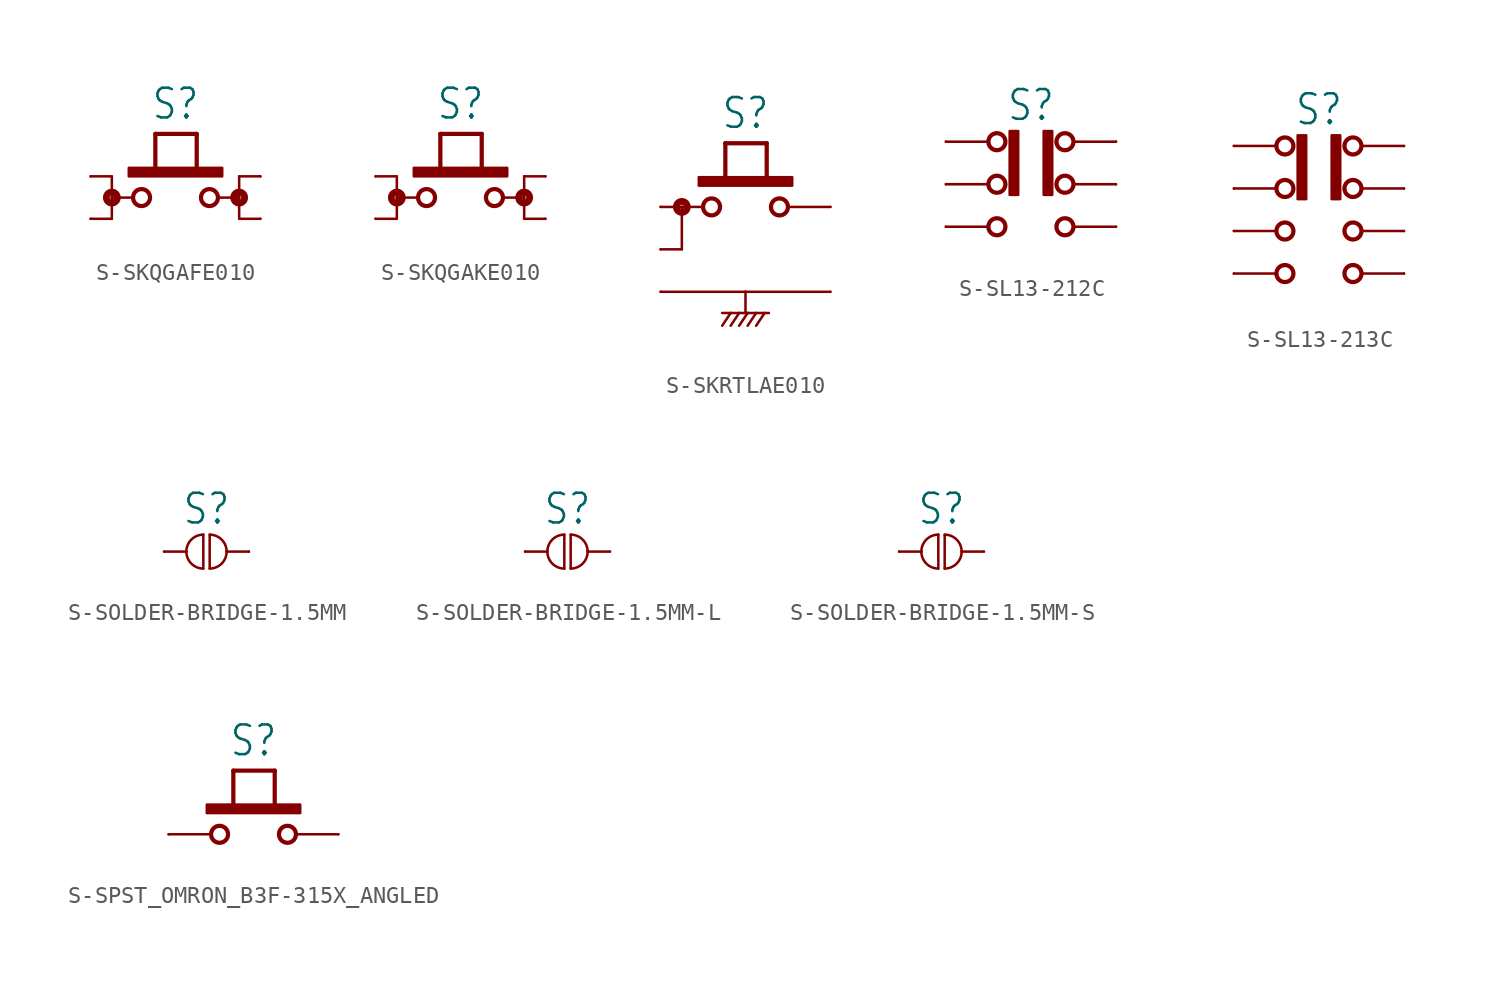
<source format=kicad_sym>
(kicad_symbol_lib
  (version 20231120)
  (generator "kicad_symbol_editor")
  (generator_version "8.0")
  (symbol "S-SKQGAFE010"
    (property "Reference" "S"
      (at 0 3.302 0)
      (effects (font (size 1.778 1.511)) (justify bottom)))
    (property "Value" ""
      (at 0 -3.302 0)
      (effects (font (size 1.778 1.511)) (justify top)))
    (property "ki_locked" ""
      (at 0 0 0)
      (effects (font (size 1.27 1.27))))
    (symbol "S-SKQGAFE010_1_0"
      (circle (center -3.81 -1.27) (radius 0.127) (stroke (width 0.406) (type solid)) (fill (type none)))
      (rectangle (start -2.794 0) (end 2.794 0.508) (stroke (width 0) (type default)) (fill (type outline)))
      (circle (center -2.032 -1.27) (radius 0.508) (stroke (width 0.254) (type solid)) (fill (type none)))
      (polyline (pts (xy -5.08 -2.54) (xy -3.81 -2.54)) (stroke (width 0.152) (type solid)) (fill (type none)))
      (polyline (pts (xy -5.08 0) (xy -3.81 0)) (stroke (width 0.152) (type solid)) (fill (type none)))
      (polyline (pts (xy -3.81 -1.27) (xy -3.81 -2.54)) (stroke (width 0.152) (type solid)) (fill (type none)))
      (polyline (pts (xy -3.81 -1.27) (xy -2.54 -1.27)) (stroke (width 0.152) (type solid)) (fill (type none)))
      (polyline (pts (xy -3.81 0) (xy -3.81 -1.27)) (stroke (width 0.152) (type solid)) (fill (type none)))
      (polyline (pts (xy -1.206 0.254) (xy -1.206 2.54)) (stroke (width 0.254) (type solid)) (fill (type none)))
      (polyline (pts (xy -1.206 2.54) (xy 1.27 2.54)) (stroke (width 0.254) (type solid)) (fill (type none)))
      (polyline (pts (xy 1.27 2.54) (xy 1.27 0.254)) (stroke (width 0.254) (type solid)) (fill (type none)))
      (polyline (pts (xy 3.81 -2.54) (xy 5.08 -2.54)) (stroke (width 0.152) (type solid)) (fill (type none)))
      (polyline (pts (xy 3.81 -1.27) (xy 2.54 -1.27)) (stroke (width 0.152) (type solid)) (fill (type none)))
      (polyline (pts (xy 3.81 -1.27) (xy 3.81 -2.54)) (stroke (width 0.152) (type solid)) (fill (type none)))
      (polyline (pts (xy 3.81 0) (xy 3.81 -1.27)) (stroke (width 0.152) (type solid)) (fill (type none)))
      (polyline (pts (xy 3.81 0) (xy 5.08 0)) (stroke (width 0.152) (type solid)) (fill (type none)))
      (circle (center 2.032 -1.27) (radius 0.508) (stroke (width 0.254) (type solid)) (fill (type none)))
      (circle (center 3.81 -1.27) (radius 0.127) (stroke (width 0.406) (type solid)) (fill (type none)))
      (pin passive line (at -5.08 0 0) (length 0) (name "1" (effects (font (size 0 0)))) (number "1" (effects (font (size 0 0)))))
      (pin passive line (at -5.08 -2.54 0) (length 0) (name "2" (effects (font (size 0 0)))) (number "2" (effects (font (size 0 0)))))
      (pin passive line (at 5.08 0 180) (length 0) (name "3" (effects (font (size 0 0)))) (number "3" (effects (font (size 0 0)))))
      (pin passive line (at 5.08 -2.54 180) (length 0) (name "4" (effects (font (size 0 0)))) (number "4" (effects (font (size 0 0)))))))
  (symbol "S-SKQGAKE010"
    (property "Reference" "S"
      (at 0 3.302 0)
      (effects (font (size 1.778 1.511)) (justify bottom)))
    (property "Value" ""
      (at 0 -3.302 0)
      (effects (font (size 1.778 1.511)) (justify top)))
    (property "ki_locked" ""
      (at 0 0 0)
      (effects (font (size 1.27 1.27))))
    (symbol "S-SKQGAKE010_1_0"
      (circle (center -3.81 -1.27) (radius 0.127) (stroke (width 0.406) (type solid)) (fill (type none)))
      (rectangle (start -2.794 0) (end 2.794 0.508) (stroke (width 0) (type default)) (fill (type outline)))
      (circle (center -2.032 -1.27) (radius 0.508) (stroke (width 0.254) (type solid)) (fill (type none)))
      (polyline (pts (xy -5.08 -2.54) (xy -3.81 -2.54)) (stroke (width 0.152) (type solid)) (fill (type none)))
      (polyline (pts (xy -5.08 0) (xy -3.81 0)) (stroke (width 0.152) (type solid)) (fill (type none)))
      (polyline (pts (xy -3.81 -1.27) (xy -3.81 -2.54)) (stroke (width 0.152) (type solid)) (fill (type none)))
      (polyline (pts (xy -3.81 -1.27) (xy -2.54 -1.27)) (stroke (width 0.152) (type solid)) (fill (type none)))
      (polyline (pts (xy -3.81 0) (xy -3.81 -1.27)) (stroke (width 0.152) (type solid)) (fill (type none)))
      (polyline (pts (xy -1.206 0.254) (xy -1.206 2.54)) (stroke (width 0.254) (type solid)) (fill (type none)))
      (polyline (pts (xy -1.206 2.54) (xy 1.27 2.54)) (stroke (width 0.254) (type solid)) (fill (type none)))
      (polyline (pts (xy 1.27 2.54) (xy 1.27 0.254)) (stroke (width 0.254) (type solid)) (fill (type none)))
      (polyline (pts (xy 3.81 -2.54) (xy 5.08 -2.54)) (stroke (width 0.152) (type solid)) (fill (type none)))
      (polyline (pts (xy 3.81 -1.27) (xy 2.54 -1.27)) (stroke (width 0.152) (type solid)) (fill (type none)))
      (polyline (pts (xy 3.81 -1.27) (xy 3.81 -2.54)) (stroke (width 0.152) (type solid)) (fill (type none)))
      (polyline (pts (xy 3.81 0) (xy 3.81 -1.27)) (stroke (width 0.152) (type solid)) (fill (type none)))
      (polyline (pts (xy 3.81 0) (xy 5.08 0)) (stroke (width 0.152) (type solid)) (fill (type none)))
      (circle (center 2.032 -1.27) (radius 0.508) (stroke (width 0.254) (type solid)) (fill (type none)))
      (circle (center 3.81 -1.27) (radius 0.127) (stroke (width 0.406) (type solid)) (fill (type none)))
      (pin passive line (at -5.08 0 0) (length 0) (name "1" (effects (font (size 0 0)))) (number "1" (effects (font (size 0 0)))))
      (pin passive line (at -5.08 -2.54 0) (length 0) (name "2" (effects (font (size 0 0)))) (number "2" (effects (font (size 0 0)))))
      (pin passive line (at 5.08 0 180) (length 0) (name "3" (effects (font (size 0 0)))) (number "3" (effects (font (size 0 0)))))
      (pin passive line (at 5.08 -2.54 180) (length 0) (name "4" (effects (font (size 0 0)))) (number "4" (effects (font (size 0 0)))))))
  (symbol "S-SKRTLAE010"
    (property "Reference" "S"
      (at 0 7.112 0)
      (effects (font (size 1.778 1.511)) (justify bottom)))
    (property "Value" ""
      (at 0 -5.08 0)
      (effects (font (size 1.778 1.511)) (justify top)))
    (property "ki_locked" ""
      (at 0 0 0)
      (effects (font (size 1.27 1.27))))
    (symbol "S-SKRTLAE010_1_0"
      (circle (center -3.81 2.54) (radius 0.127) (stroke (width 0.406) (type solid)) (fill (type none)))
      (rectangle (start -2.794 3.81) (end 2.794 4.318) (stroke (width 0) (type default)) (fill (type outline)))
      (circle (center -2.032 2.54) (radius 0.508) (stroke (width 0.254) (type solid)) (fill (type none)))
      (polyline (pts (xy -5.08 -2.54) (xy 0 -2.54)) (stroke (width 0.152) (type solid)) (fill (type none)))
      (polyline (pts (xy -5.08 0) (xy -3.81 0)) (stroke (width 0.152) (type solid)) (fill (type none)))
      (polyline (pts (xy -5.08 2.54) (xy -3.81 2.54)) (stroke (width 0.152) (type solid)) (fill (type none)))
      (polyline (pts (xy -3.81 2.54) (xy -3.81 0)) (stroke (width 0.152) (type solid)) (fill (type none)))
      (polyline (pts (xy -3.81 2.54) (xy -2.54 2.54)) (stroke (width 0.152) (type solid)) (fill (type none)))
      (polyline (pts (xy -1.397 -3.81) (xy -0.889 -3.81)) (stroke (width 0.152) (type solid)) (fill (type none)))
      (polyline (pts (xy -1.206 4.064) (xy -1.206 6.35)) (stroke (width 0.254) (type solid)) (fill (type none)))
      (polyline (pts (xy -1.206 6.35) (xy 1.27 6.35)) (stroke (width 0.254) (type solid)) (fill (type none)))
      (polyline (pts (xy -0.889 -3.81) (xy -1.397 -4.572)) (stroke (width 0.152) (type solid)) (fill (type none)))
      (polyline (pts (xy -0.889 -3.81) (xy -0.381 -3.81)) (stroke (width 0.152) (type solid)) (fill (type none)))
      (polyline (pts (xy -0.381 -3.81) (xy -0.889 -4.572)) (stroke (width 0.152) (type solid)) (fill (type none)))
      (polyline (pts (xy -0.381 -3.81) (xy 0 -3.81)) (stroke (width 0.152) (type solid)) (fill (type none)))
      (polyline (pts (xy 0 -3.81) (xy 0.127 -3.81)) (stroke (width 0.152) (type solid)) (fill (type none)))
      (polyline (pts (xy 0 -2.54) (xy 0 -3.81)) (stroke (width 0.152) (type solid)) (fill (type none)))
      (polyline (pts (xy 0 -2.54) (xy 5.08 -2.54)) (stroke (width 0.152) (type solid)) (fill (type none)))
      (polyline (pts (xy 0.127 -3.81) (xy -0.381 -4.572)) (stroke (width 0.152) (type solid)) (fill (type none)))
      (polyline (pts (xy 0.127 -3.81) (xy 0.635 -3.81)) (stroke (width 0.152) (type solid)) (fill (type none)))
      (polyline (pts (xy 0.635 -3.81) (xy 0.127 -4.572)) (stroke (width 0.152) (type solid)) (fill (type none)))
      (polyline (pts (xy 0.635 -3.81) (xy 1.143 -3.81)) (stroke (width 0.152) (type solid)) (fill (type none)))
      (polyline (pts (xy 1.143 -3.81) (xy 0.635 -4.572)) (stroke (width 0.152) (type solid)) (fill (type none)))
      (polyline (pts (xy 1.143 -3.81) (xy 1.397 -3.81)) (stroke (width 0.152) (type solid)) (fill (type none)))
      (polyline (pts (xy 1.27 6.35) (xy 1.27 4.064)) (stroke (width 0.254) (type solid)) (fill (type none)))
      (polyline (pts (xy 5.08 2.54) (xy 2.54 2.54)) (stroke (width 0.152) (type solid)) (fill (type none)))
      (circle (center 2.032 2.54) (radius 0.508) (stroke (width 0.254) (type solid)) (fill (type none)))
      (pin passive line (at -5.08 2.54 0) (length 0) (name "1" (effects (font (size 0 0)))) (number "1" (effects (font (size 0 0)))))
      (pin passive line (at 5.08 2.54 180) (length 0) (name "2" (effects (font (size 0 0)))) (number "2" (effects (font (size 0 0)))))
      (pin passive line (at -5.08 0 0) (length 0) (name "3" (effects (font (size 0 0)))) (number "3" (effects (font (size 0 0)))))
      (pin passive line (at -5.08 -2.54 0) (length 0) (name "4" (effects (font (size 0 0)))) (number "4" (effects (font (size 0 0)))))
      (pin passive line (at 5.08 -2.54 180) (length 0) (name "5" (effects (font (size 0 0)))) (number "5" (effects (font (size 0 0)))))))
  (symbol "S-SL13-212C"
    (property "Reference" "S"
      (at 0 3.683 0)
      (effects (font (size 1.778 1.511)) (justify bottom)))
    (property "Value" ""
      (at 0 -3.683 0)
      (effects (font (size 1.778 1.511)) (justify top)))
    (property "ki_locked" ""
      (at 0 0 0)
      (effects (font (size 1.27 1.27))))
    (symbol "S-SL13-212C_1_0"
      (circle (center -2.032 -2.54) (radius 0.508) (stroke (width 0.254) (type solid)) (fill (type none)))
      (circle (center -2.032 0) (radius 0.508) (stroke (width 0.254) (type solid)) (fill (type none)))
      (circle (center -2.032 2.54) (radius 0.508) (stroke (width 0.254) (type solid)) (fill (type none)))
      (rectangle (start -1.27 -0.635) (end -0.762 3.175) (stroke (width 0) (type default)) (fill (type outline)))
      (polyline (pts (xy -5.08 -2.54) (xy -2.54 -2.54)) (stroke (width 0.152) (type solid)) (fill (type none)))
      (polyline (pts (xy -5.08 0) (xy -2.54 0)) (stroke (width 0.152) (type solid)) (fill (type none)))
      (polyline (pts (xy -5.08 2.54) (xy -2.54 2.54)) (stroke (width 0.152) (type solid)) (fill (type none)))
      (polyline (pts (xy 2.54 -2.54) (xy 5.08 -2.54)) (stroke (width 0.152) (type solid)) (fill (type none)))
      (polyline (pts (xy 2.54 0) (xy 5.08 0)) (stroke (width 0.152) (type solid)) (fill (type none)))
      (polyline (pts (xy 2.54 2.54) (xy 5.08 2.54)) (stroke (width 0.152) (type solid)) (fill (type none)))
      (rectangle (start 0.762 -0.635) (end 1.27 3.175) (stroke (width 0) (type default)) (fill (type outline)))
      (circle (center 2.032 -2.54) (radius 0.508) (stroke (width 0.254) (type solid)) (fill (type none)))
      (circle (center 2.032 0) (radius 0.508) (stroke (width 0.254) (type solid)) (fill (type none)))
      (circle (center 2.032 2.54) (radius 0.508) (stroke (width 0.254) (type solid)) (fill (type none)))
      (pin passive line (at -5.08 2.54 0) (length 0) (name "A1" (effects (font (size 0 0)))) (number "A1" (effects (font (size 0 0)))))
      (pin passive line (at -5.08 0 0) (length 0) (name "A2" (effects (font (size 0 0)))) (number "A2" (effects (font (size 0 0)))))
      (pin passive line (at -5.08 -2.54 0) (length 0) (name "A3" (effects (font (size 0 0)))) (number "A3" (effects (font (size 0 0)))))
      (pin passive line (at 5.08 2.54 0) (length 0) (name "B1" (effects (font (size 0 0)))) (number "B1" (effects (font (size 0 0)))))
      (pin passive line (at 5.08 0 0) (length 0) (name "B2" (effects (font (size 0 0)))) (number "B2" (effects (font (size 0 0)))))
      (pin passive line (at 5.08 -2.54 0) (length 0) (name "B3" (effects (font (size 0 0)))) (number "B3" (effects (font (size 0 0)))))))
  (symbol "S-SL13-213C"
    (property "Reference" "S"
      (at 0 6.223 0)
      (effects (font (size 1.778 1.511)) (justify bottom)))
    (property "Value" ""
      (at 0 -3.683 0)
      (effects (font (size 1.778 1.511)) (justify top)))
    (property "ki_locked" ""
      (at 0 0 0)
      (effects (font (size 1.27 1.27))))
    (symbol "S-SL13-213C_1_0"
      (circle (center -2.032 -2.54) (radius 0.508) (stroke (width 0.254) (type solid)) (fill (type none)))
      (circle (center -2.032 0) (radius 0.508) (stroke (width 0.254) (type solid)) (fill (type none)))
      (circle (center -2.032 2.54) (radius 0.508) (stroke (width 0.254) (type solid)) (fill (type none)))
      (circle (center -2.032 5.08) (radius 0.508) (stroke (width 0.254) (type solid)) (fill (type none)))
      (rectangle (start -1.27 1.905) (end -0.762 5.715) (stroke (width 0) (type default)) (fill (type outline)))
      (polyline (pts (xy -5.08 -2.54) (xy -2.54 -2.54)) (stroke (width 0.152) (type solid)) (fill (type none)))
      (polyline (pts (xy -5.08 0) (xy -2.54 0)) (stroke (width 0.152) (type solid)) (fill (type none)))
      (polyline (pts (xy -5.08 2.54) (xy -2.54 2.54)) (stroke (width 0.152) (type solid)) (fill (type none)))
      (polyline (pts (xy -5.08 5.08) (xy -2.54 5.08)) (stroke (width 0.152) (type solid)) (fill (type none)))
      (polyline (pts (xy 2.54 -2.54) (xy 5.08 -2.54)) (stroke (width 0.152) (type solid)) (fill (type none)))
      (polyline (pts (xy 2.54 0) (xy 5.08 0)) (stroke (width 0.152) (type solid)) (fill (type none)))
      (polyline (pts (xy 2.54 2.54) (xy 5.08 2.54)) (stroke (width 0.152) (type solid)) (fill (type none)))
      (polyline (pts (xy 2.54 5.08) (xy 5.08 5.08)) (stroke (width 0.152) (type solid)) (fill (type none)))
      (rectangle (start 0.762 1.905) (end 1.27 5.715) (stroke (width 0) (type default)) (fill (type outline)))
      (circle (center 2.032 -2.54) (radius 0.508) (stroke (width 0.254) (type solid)) (fill (type none)))
      (circle (center 2.032 0) (radius 0.508) (stroke (width 0.254) (type solid)) (fill (type none)))
      (circle (center 2.032 2.54) (radius 0.508) (stroke (width 0.254) (type solid)) (fill (type none)))
      (circle (center 2.032 5.08) (radius 0.508) (stroke (width 0.254) (type solid)) (fill (type none)))
      (pin passive line (at -5.08 5.08 0) (length 0) (name "A1" (effects (font (size 0 0)))) (number "A1" (effects (font (size 0 0)))))
      (pin passive line (at -5.08 2.54 0) (length 0) (name "A2" (effects (font (size 0 0)))) (number "A2" (effects (font (size 0 0)))))
      (pin passive line (at -5.08 0 0) (length 0) (name "A3" (effects (font (size 0 0)))) (number "A3" (effects (font (size 0 0)))))
      (pin passive line (at -5.08 -2.54 0) (length 0) (name "A4" (effects (font (size 0 0)))) (number "A4" (effects (font (size 0 0)))))
      (pin passive line (at 5.08 5.08 0) (length 0) (name "B1" (effects (font (size 0 0)))) (number "B1" (effects (font (size 0 0)))))
      (pin passive line (at 5.08 2.54 0) (length 0) (name "B2" (effects (font (size 0 0)))) (number "B2" (effects (font (size 0 0)))))
      (pin passive line (at 5.08 0 0) (length 0) (name "B3" (effects (font (size 0 0)))) (number "B3" (effects (font (size 0 0)))))
      (pin passive line (at 5.08 -2.54 0) (length 0) (name "B4" (effects (font (size 0 0)))) (number "B4" (effects (font (size 0 0)))))))
  (symbol "S-SOLDER-BRIDGE-1.5MM"
    (property "Reference" "S"
      (at 0 1.524 0)
      (effects (font (size 1.778 1.511)) (justify bottom)))
    (property "Value" ""
      (at 0 -1.524 0)
      (effects (font (size 1.778 1.511)) (justify top)))
    (property "ki_locked" ""
      (at 0 0 0)
      (effects (font (size 1.27 1.27))))
    (symbol "S-SOLDER-BRIDGE-1.5MM_1_0"
      (arc (start -1.2065 0) (mid -0.9089 -0.7185) (end -0.1904 -1.0161) (stroke (width 0.1524) (type solid)) (fill (type none)))
      (arc (start -0.1904 1.0161) (mid -0.9089 0.7185) (end -1.2065 0) (stroke (width 0.1524) (type solid)) (fill (type none)))
      (polyline (pts (xy -2.54 0) (xy -1.206 0)) (stroke (width 0.152) (type solid)) (fill (type none)))
      (polyline (pts (xy -0.191 -1.016) (xy -0.191 1.016)) (stroke (width 0.152) (type solid)) (fill (type none)))
      (polyline (pts (xy 0.191 1.016) (xy 0.191 -1.016)) (stroke (width 0.152) (type solid)) (fill (type none)))
      (polyline (pts (xy 1.206 0) (xy 2.54 0)) (stroke (width 0.152) (type solid)) (fill (type none)))
      (arc (start 0.1905 -1.016) (mid 0.9089 -0.7183) (end 1.2064 0.0001) (stroke (width 0.1524) (type solid)) (fill (type none)))
      (arc (start 1.2065 0) (mid 0.9089 0.7185) (end 0.1904 1.0161) (stroke (width 0.1524) (type solid)) (fill (type none)))
      (pin passive line (at -2.54 0 0) (length 0) (name "1" (effects (font (size 0 0)))) (number "1" (effects (font (size 0 0)))))
      (pin passive line (at 2.54 0 180) (length 0) (name "2" (effects (font (size 0 0)))) (number "2" (effects (font (size 0 0)))))))
  (symbol "S-SOLDER-BRIDGE-1.5MM-L"
    (property "Reference" "S"
      (at 0 1.524 0)
      (effects (font (size 1.778 1.511)) (justify bottom)))
    (property "Value" ""
      (at 0 -1.524 0)
      (effects (font (size 1.778 1.511)) (justify top)))
    (property "ki_locked" ""
      (at 0 0 0)
      (effects (font (size 1.27 1.27))))
    (symbol "S-SOLDER-BRIDGE-1.5MM-L_1_0"
      (arc (start -1.2065 0) (mid -0.9089 -0.7185) (end -0.1904 -1.0161) (stroke (width 0.1524) (type solid)) (fill (type none)))
      (arc (start -0.1904 1.0161) (mid -0.9089 0.7185) (end -1.2065 0) (stroke (width 0.1524) (type solid)) (fill (type none)))
      (polyline (pts (xy -2.54 0) (xy -1.206 0)) (stroke (width 0.152) (type solid)) (fill (type none)))
      (polyline (pts (xy -0.191 -1.016) (xy -0.191 1.016)) (stroke (width 0.152) (type solid)) (fill (type none)))
      (polyline (pts (xy 0.191 1.016) (xy 0.191 -1.016)) (stroke (width 0.152) (type solid)) (fill (type none)))
      (polyline (pts (xy 1.206 0) (xy 2.54 0)) (stroke (width 0.152) (type solid)) (fill (type none)))
      (arc (start 0.1905 -1.016) (mid 0.9089 -0.7183) (end 1.2064 0.0001) (stroke (width 0.1524) (type solid)) (fill (type none)))
      (arc (start 1.2065 0) (mid 0.9089 0.7185) (end 0.1904 1.0161) (stroke (width 0.1524) (type solid)) (fill (type none)))
      (pin passive line (at -2.54 0 0) (length 0) (name "1" (effects (font (size 0 0)))) (number "1" (effects (font (size 0 0)))))
      (pin passive line (at 2.54 0 180) (length 0) (name "2" (effects (font (size 0 0)))) (number "2" (effects (font (size 0 0)))))))
  (symbol "S-SOLDER-BRIDGE-1.5MM-S"
    (property "Reference" "S"
      (at 0 1.524 0)
      (effects (font (size 1.778 1.511)) (justify bottom)))
    (property "Value" ""
      (at 0 -1.524 0)
      (effects (font (size 1.778 1.511)) (justify top)))
    (property "ki_locked" ""
      (at 0 0 0)
      (effects (font (size 1.27 1.27))))
    (symbol "S-SOLDER-BRIDGE-1.5MM-S_1_0"
      (arc (start -1.2065 0) (mid -0.9089 -0.7185) (end -0.1904 -1.0161) (stroke (width 0.1524) (type solid)) (fill (type none)))
      (arc (start -0.1904 1.0161) (mid -0.9089 0.7185) (end -1.2065 0) (stroke (width 0.1524) (type solid)) (fill (type none)))
      (polyline (pts (xy -2.54 0) (xy -1.206 0)) (stroke (width 0.152) (type solid)) (fill (type none)))
      (polyline (pts (xy -0.191 -1.016) (xy -0.191 1.016)) (stroke (width 0.152) (type solid)) (fill (type none)))
      (polyline (pts (xy 0.191 1.016) (xy 0.191 -1.016)) (stroke (width 0.152) (type solid)) (fill (type none)))
      (polyline (pts (xy 1.206 0) (xy 2.54 0)) (stroke (width 0.152) (type solid)) (fill (type none)))
      (arc (start 0.1905 -1.016) (mid 0.9089 -0.7183) (end 1.2064 0.0001) (stroke (width 0.1524) (type solid)) (fill (type none)))
      (arc (start 1.2065 0) (mid 0.9089 0.7185) (end 0.1904 1.0161) (stroke (width 0.1524) (type solid)) (fill (type none)))
      (pin passive line (at -2.54 0 0) (length 0) (name "1" (effects (font (size 0 0)))) (number "1" (effects (font (size 0 0)))))
      (pin passive line (at 2.54 0 180) (length 0) (name "2" (effects (font (size 0 0)))) (number "2" (effects (font (size 0 0)))))))
  (symbol "S-SPST_OMRON_B3F-315X_ANGLED"
    (property "Reference" "S"
      (at 0 4.572 0)
      (effects (font (size 1.778 1.511)) (justify bottom)))
    (property "Value" ""
      (at 0 -1.27 0)
      (effects (font (size 1.778 1.511)) (justify top)))
    (property "ki_locked" ""
      (at 0 0 0)
      (effects (font (size 1.27 1.27))))
    (symbol "S-SPST_OMRON_B3F-315X_ANGLED_1_0"
      (rectangle (start -2.794 1.27) (end 2.794 1.778) (stroke (width 0) (type default)) (fill (type outline)))
      (circle (center -2.032 0) (radius 0.508) (stroke (width 0.254) (type solid)) (fill (type none)))
      (polyline (pts (xy -5.08 0) (xy -2.54 0)) (stroke (width 0.152) (type solid)) (fill (type none)))
      (polyline (pts (xy -1.206 1.524) (xy -1.206 3.81)) (stroke (width 0.254) (type solid)) (fill (type none)))
      (polyline (pts (xy -1.206 3.81) (xy 1.27 3.81)) (stroke (width 0.254) (type solid)) (fill (type none)))
      (polyline (pts (xy 1.27 3.81) (xy 1.27 1.524)) (stroke (width 0.254) (type solid)) (fill (type none)))
      (polyline (pts (xy 2.54 0) (xy 5.08 0)) (stroke (width 0.152) (type solid)) (fill (type none)))
      (circle (center 2.032 0) (radius 0.508) (stroke (width 0.254) (type solid)) (fill (type none)))
      (pin passive line (at -5.08 0 0) (length 0) (name "1" (effects (font (size 0 0)))) (number "1" (effects (font (size 0 0)))))
      (pin passive line (at 5.08 0 180) (length 0) (name "2" (effects (font (size 0 0)))) (number "2" (effects (font (size 0 0))))))))
</source>
